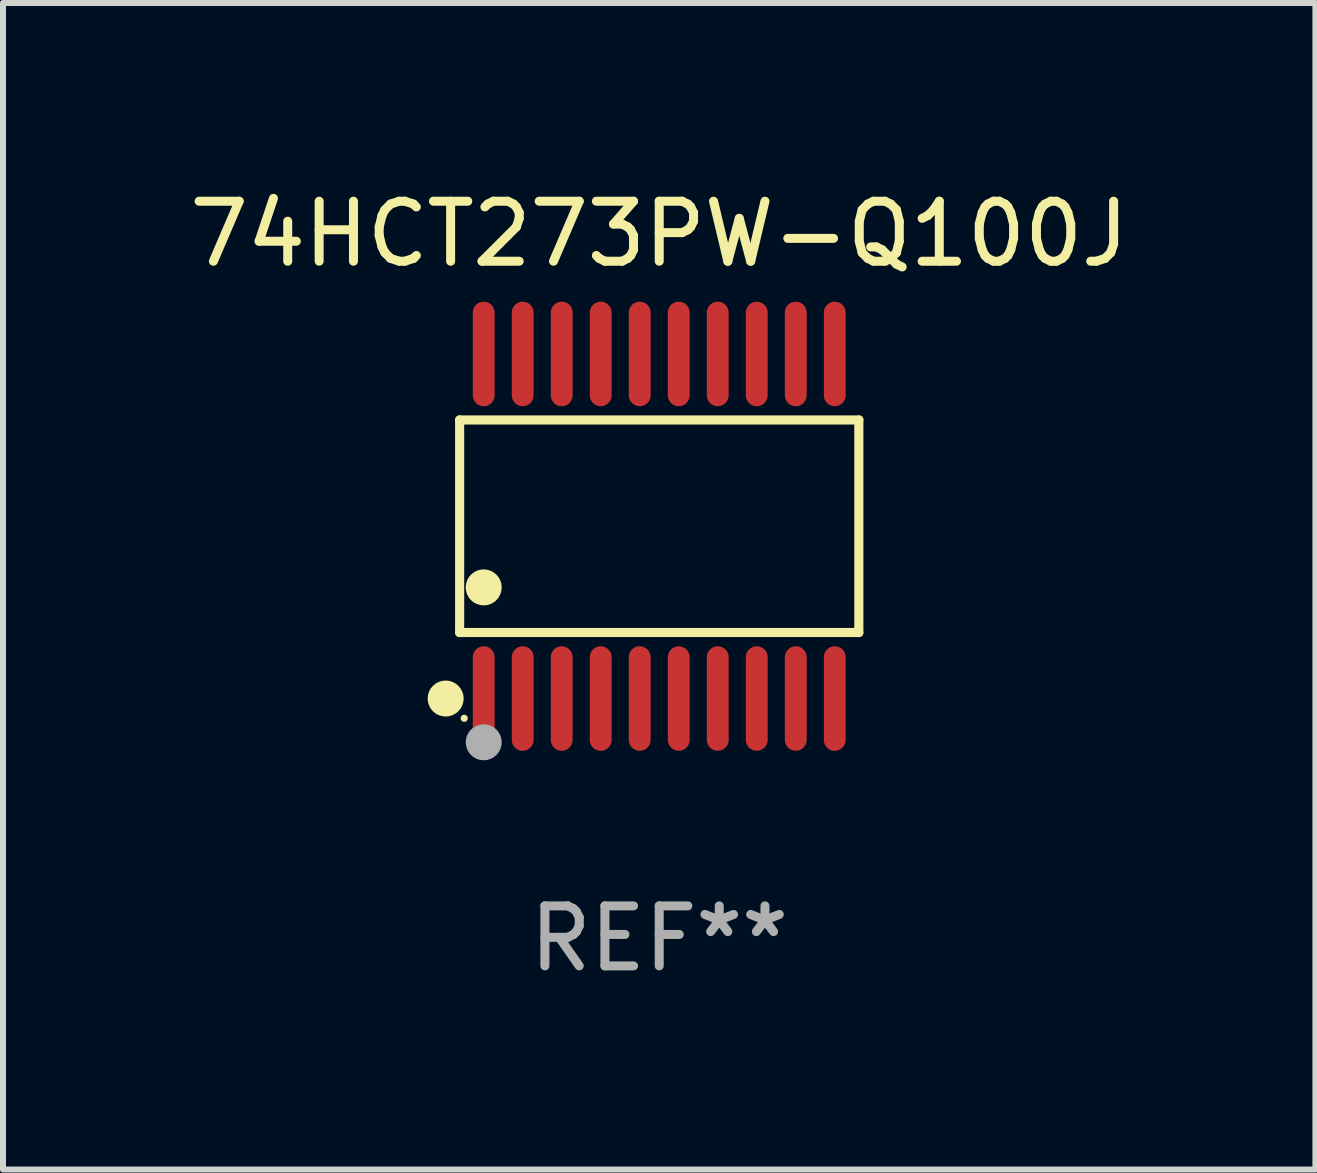
<source format=kicad_pcb>
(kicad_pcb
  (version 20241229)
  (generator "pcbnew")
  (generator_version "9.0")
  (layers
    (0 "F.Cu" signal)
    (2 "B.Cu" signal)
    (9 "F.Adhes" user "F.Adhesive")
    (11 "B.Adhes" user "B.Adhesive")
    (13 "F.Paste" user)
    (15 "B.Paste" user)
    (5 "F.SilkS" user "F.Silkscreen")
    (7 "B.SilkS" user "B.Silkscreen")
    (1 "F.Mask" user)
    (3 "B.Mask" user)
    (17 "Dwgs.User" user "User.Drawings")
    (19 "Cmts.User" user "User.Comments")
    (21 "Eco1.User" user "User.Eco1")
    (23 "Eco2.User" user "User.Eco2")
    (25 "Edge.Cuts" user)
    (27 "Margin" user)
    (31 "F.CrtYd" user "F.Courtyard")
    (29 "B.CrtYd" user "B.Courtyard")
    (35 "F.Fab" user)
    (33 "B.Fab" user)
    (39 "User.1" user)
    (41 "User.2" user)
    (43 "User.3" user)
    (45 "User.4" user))
  (footprint "74HCT273PW-Q100J"
    (layer "F.Cu")
    (at 7.935 5.719)
    (property "Reference" "74HCT273PW-Q100J" (at 0 -4.871 0) (layer "F.SilkS") (effects (font (size 1 1) (thickness 0.15))))
    (attr through_hole)
    (fp_line (start -3.326 -1.771) (end 3.326 -1.771) (stroke (width 0.152) (type solid)) (layer "F.SilkS"))
    (fp_line (start -3.326 1.771) (end -3.326 -1.771) (stroke (width 0.152) (type solid)) (layer "F.SilkS"))
    (fp_line (start 3.326 -1.771) (end 3.326 1.771) (stroke (width 0.152) (type solid)) (layer "F.SilkS"))
    (fp_line (start 3.326 1.771) (end -3.326 1.771) (stroke (width 0.152) (type solid)) (layer "F.SilkS"))
    (fp_circle (center -3.559 2.871) (end -3.409 2.871) (stroke (width 0.3) (type solid)) (fill no) (layer "F.SilkS"))
    (fp_circle (center -3.25 3.2) (end -3.22 3.2) (stroke (width 0.06) (type solid)) (fill no) (layer "F.SilkS"))
    (fp_circle (center -2.925 1.019) (end -2.775 1.019) (stroke (width 0.3) (type solid)) (fill no) (layer "F.SilkS"))
    (fp_circle (center -2.925 3.6) (end -2.775 3.6) (stroke (width 0.3) (type solid)) (fill no) (layer "F.Fab"))
    (fp_text user "REF**" (at 0 6.871 0) (layer "F.Fab") (effects (font (size 1 1) (thickness 0.15))))
    (pad "1" smd oval (at -2.925 2.871) (size 0.364 1.742) (layers "F.Cu" "F.Mask" "F.Paste"))
    (pad "2" smd oval (at -2.275 2.871) (size 0.364 1.742) (layers "F.Cu" "F.Mask" "F.Paste"))
    (pad "3" smd oval (at -1.625 2.871) (size 0.364 1.742) (layers "F.Cu" "F.Mask" "F.Paste"))
    (pad "4" smd oval (at -0.975 2.871) (size 0.364 1.742) (layers "F.Cu" "F.Mask" "F.Paste"))
    (pad "5" smd oval (at -0.325 2.871) (size 0.364 1.742) (layers "F.Cu" "F.Mask" "F.Paste"))
    (pad "6" smd oval (at 0.325 2.871) (size 0.364 1.742) (layers "F.Cu" "F.Mask" "F.Paste"))
    (pad "7" smd oval (at 0.975 2.871) (size 0.364 1.742) (layers "F.Cu" "F.Mask" "F.Paste"))
    (pad "8" smd oval (at 1.625 2.871) (size 0.364 1.742) (layers "F.Cu" "F.Mask" "F.Paste"))
    (pad "9" smd oval (at 2.275 2.871) (size 0.364 1.742) (layers "F.Cu" "F.Mask" "F.Paste"))
    (pad "10" smd oval (at 2.925 2.871) (size 0.364 1.742) (layers "F.Cu" "F.Mask" "F.Paste"))
    (pad "11" smd oval (at 2.925 -2.871) (size 0.364 1.742) (layers "F.Cu" "F.Mask" "F.Paste"))
    (pad "12" smd oval (at 2.275 -2.871) (size 0.364 1.742) (layers "F.Cu" "F.Mask" "F.Paste"))
    (pad "13" smd oval (at 1.625 -2.871) (size 0.364 1.742) (layers "F.Cu" "F.Mask" "F.Paste"))
    (pad "14" smd oval (at 0.975 -2.871) (size 0.364 1.742) (layers "F.Cu" "F.Mask" "F.Paste"))
    (pad "15" smd oval (at 0.325 -2.871) (size 0.364 1.742) (layers "F.Cu" "F.Mask" "F.Paste"))
    (pad "16" smd oval (at -0.325 -2.871) (size 0.364 1.742) (layers "F.Cu" "F.Mask" "F.Paste"))
    (pad "17" smd oval (at -0.975 -2.871) (size 0.364 1.742) (layers "F.Cu" "F.Mask" "F.Paste"))
    (pad "18" smd oval (at -1.625 -2.871) (size 0.364 1.742) (layers "F.Cu" "F.Mask" "F.Paste"))
    (pad "19" smd oval (at -2.275 -2.871) (size 0.364 1.742) (layers "F.Cu" "F.Mask" "F.Paste"))
    (pad "20" smd oval (at -2.925 -2.871) (size 0.364 1.742) (layers "F.Cu" "F.Mask" "F.Paste")))
  (gr_rect
    (start -3 -3)
    (end 18.869 16.438)
    (stroke (width 0.1) (type default))
    (fill no)
    (layer "Edge.Cuts")))
</source>
